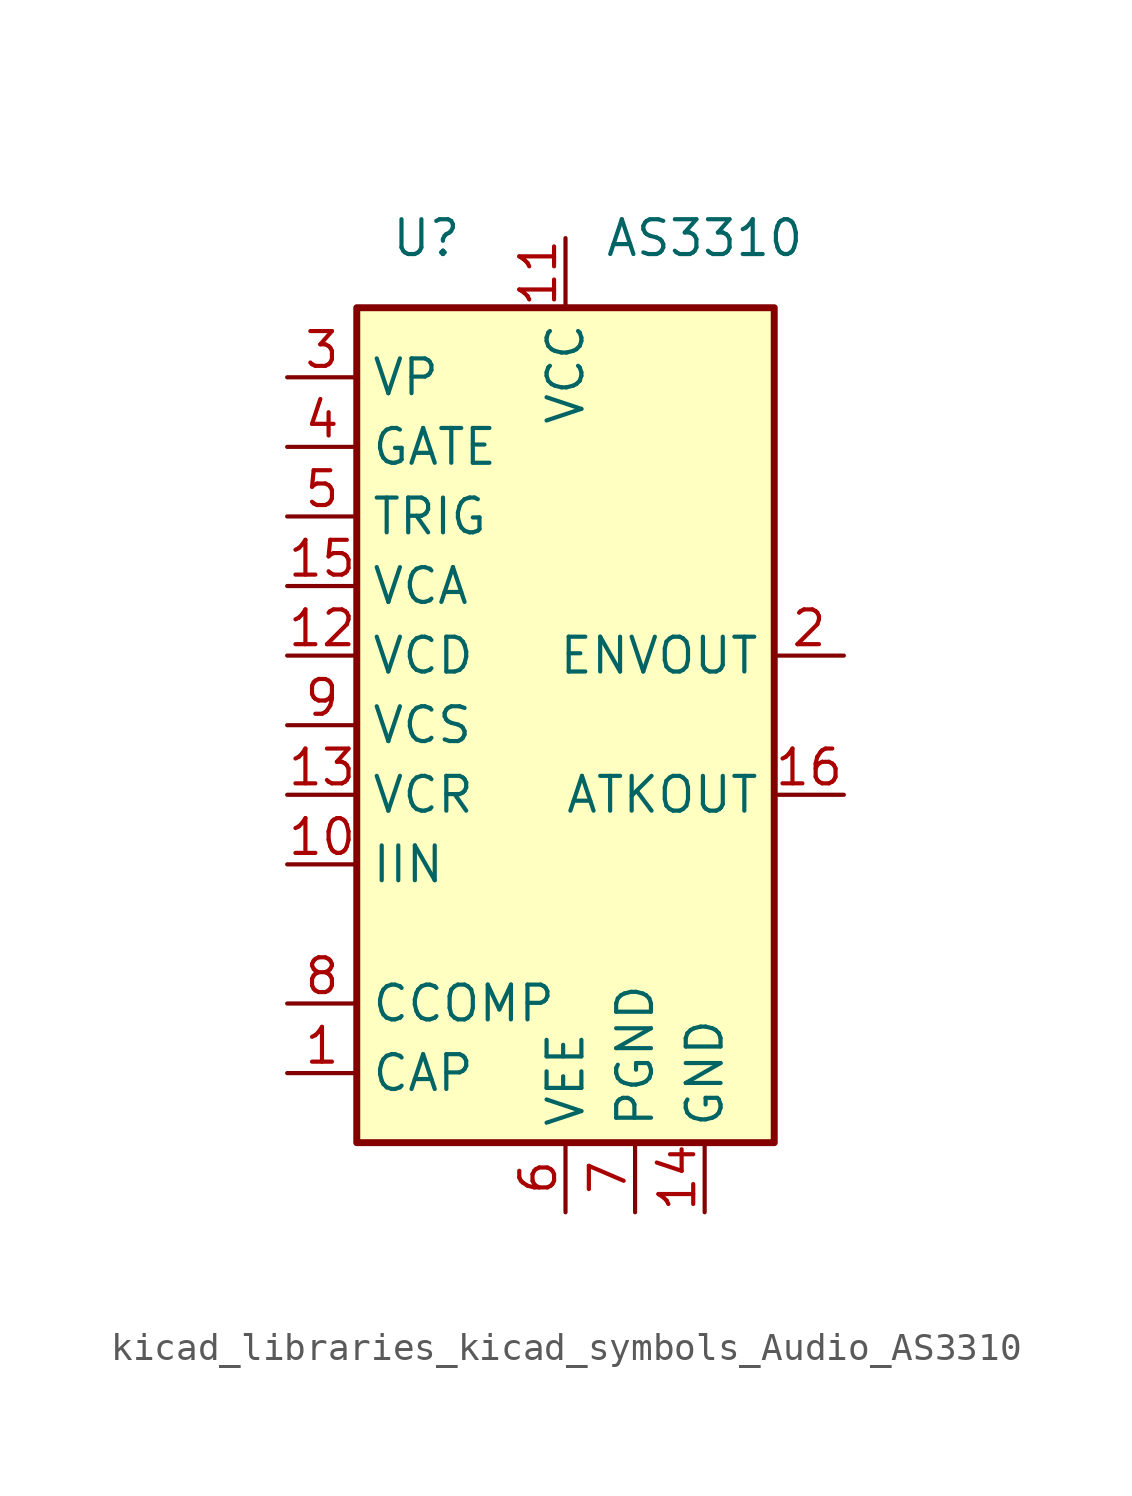
<source format=kicad_sym>
(kicad_symbol_lib
  (version 20220914)
  (generator kicad_symbol_editor)
  (symbol "kicad_libraries_kicad_symbols_Audio_AS3310"
    (property "Reference" "U"
      (at -5.08 17.78 0)
      (effects (font (size 1.27 1.27))))
    (property "Value" "AS3310"
      (at 5.08 17.78 0)
      (effects (font (size 1.27 1.27))))
    (symbol "kicad_libraries_kicad_symbols_Audio_AS3310_0_1"
      (rectangle (start 7.62 -15.24) (end -7.62 15.24) (stroke (width 0.254) (type default)) (fill (type background))))
    (symbol "kicad_libraries_kicad_symbols_Audio_AS3310_1_1"
      (pin passive line (at -10.16 -12.7 0) (length 2.54) (name "CAP" (effects (font (size 1.27 1.27)))) (number "1" (effects (font (size 1.27 1.27)))))
      (pin input line (at -10.16 -5.08 0) (length 2.54) (name "IIN" (effects (font (size 1.27 1.27)))) (number "10" (effects (font (size 1.27 1.27)))))
      (pin power_in line (at 0 17.78 270) (length 2.54) (name "VCC" (effects (font (size 1.27 1.27)))) (number "11" (effects (font (size 1.27 1.27)))))
      (pin input line (at -10.16 2.54 0) (length 2.54) (name "VCD" (effects (font (size 1.27 1.27)))) (number "12" (effects (font (size 1.27 1.27)))))
      (pin input line (at -10.16 -2.54 0) (length 2.54) (name "VCR" (effects (font (size 1.27 1.27)))) (number "13" (effects (font (size 1.27 1.27)))))
      (pin power_in line (at 5.08 -17.78 90) (length 2.54) (name "GND" (effects (font (size 1.27 1.27)))) (number "14" (effects (font (size 1.27 1.27)))))
      (pin input line (at -10.16 5.08 0) (length 2.54) (name "VCA" (effects (font (size 1.27 1.27)))) (number "15" (effects (font (size 1.27 1.27)))))
      (pin output line (at 10.16 -2.54 180) (length 2.54) (name "ATKOUT" (effects (font (size 1.27 1.27)))) (number "16" (effects (font (size 1.27 1.27)))))
      (pin output line (at 10.16 2.54 180) (length 2.54) (name "ENVOUT" (effects (font (size 1.27 1.27)))) (number "2" (effects (font (size 1.27 1.27)))))
      (pin input line (at -10.16 12.7 0) (length 2.54) (name "VP" (effects (font (size 1.27 1.27)))) (number "3" (effects (font (size 1.27 1.27)))))
      (pin input line (at -10.16 10.16 0) (length 2.54) (name "GATE" (effects (font (size 1.27 1.27)))) (number "4" (effects (font (size 1.27 1.27)))))
      (pin input line (at -10.16 7.62 0) (length 2.54) (name "TRIG" (effects (font (size 1.27 1.27)))) (number "5" (effects (font (size 1.27 1.27)))))
      (pin power_in line (at 0 -17.78 90) (length 2.54) (name "VEE" (effects (font (size 1.27 1.27)))) (number "6" (effects (font (size 1.27 1.27)))))
      (pin power_in line (at 2.54 -17.78 90) (length 2.54) (name "PGND" (effects (font (size 1.27 1.27)))) (number "7" (effects (font (size 1.27 1.27)))))
      (pin passive line (at -10.16 -10.16 0) (length 2.54) (name "CCOMP" (effects (font (size 1.27 1.27)))) (number "8" (effects (font (size 1.27 1.27)))))
      (pin input line (at -10.16 0 0) (length 2.54) (name "VCS" (effects (font (size 1.27 1.27)))) (number "9" (effects (font (size 1.27 1.27))))))))
</source>
